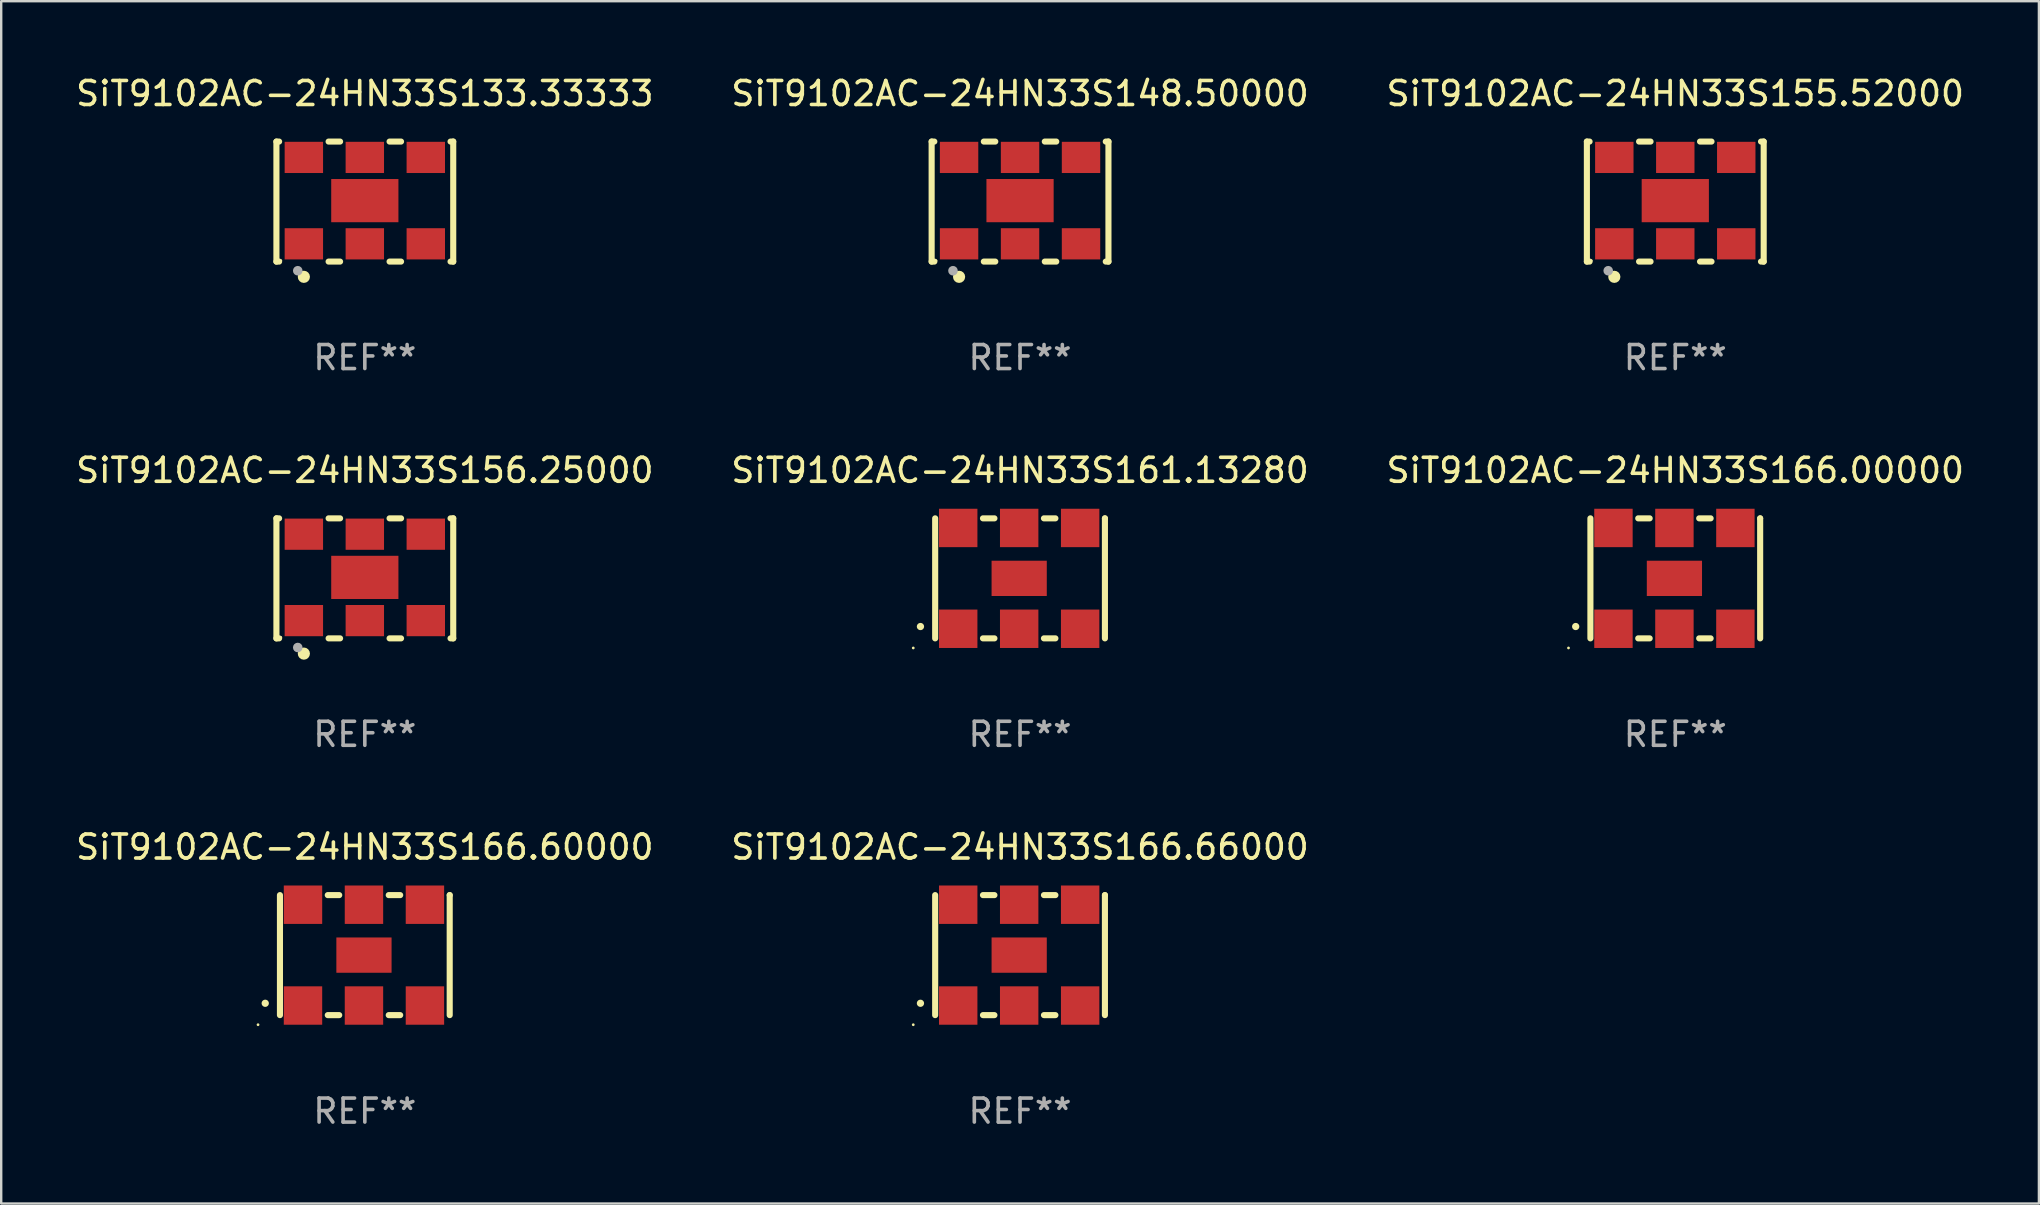
<source format=kicad_pcb>
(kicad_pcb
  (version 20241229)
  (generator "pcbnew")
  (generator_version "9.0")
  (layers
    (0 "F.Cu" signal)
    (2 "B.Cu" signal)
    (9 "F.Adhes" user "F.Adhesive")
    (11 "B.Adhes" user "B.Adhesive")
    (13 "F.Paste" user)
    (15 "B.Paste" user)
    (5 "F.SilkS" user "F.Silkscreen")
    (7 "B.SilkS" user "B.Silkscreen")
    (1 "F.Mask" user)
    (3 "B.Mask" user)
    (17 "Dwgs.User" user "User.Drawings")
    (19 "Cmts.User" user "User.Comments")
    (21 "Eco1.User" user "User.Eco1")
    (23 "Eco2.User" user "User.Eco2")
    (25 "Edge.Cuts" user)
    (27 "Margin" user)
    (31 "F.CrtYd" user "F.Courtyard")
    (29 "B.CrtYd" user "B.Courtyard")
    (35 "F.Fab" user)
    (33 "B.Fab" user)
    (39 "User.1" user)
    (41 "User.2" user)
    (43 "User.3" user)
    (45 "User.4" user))
  (footprint "SiT9102AC-24HN33S155.52000"
    (layer "F.Cu")
    (at 66.744 5.348)
    (property "Reference" "SiT9102AC-24HN33S155.52000" (at 0 -4.5 0) (layer "F.SilkS") (effects (font (size 1 1) (thickness 0.15))))
    (attr through_hole)
    (fp_line (start -3.683 -2.5) (end -3.571 -2.5) (stroke (width 0.254) (type solid)) (layer "F.SilkS"))
    (fp_line (start -3.683 2.5) (end -3.683 -2.5) (stroke (width 0.254) (type solid)) (layer "F.SilkS"))
    (fp_line (start -3.683 2.5) (end -3.571 2.5) (stroke (width 0.254) (type solid)) (layer "F.SilkS"))
    (fp_line (start -1.509 -2.5) (end -1.031 -2.5) (stroke (width 0.254) (type solid)) (layer "F.SilkS"))
    (fp_line (start -1.509 2.5) (end -1.031 2.5) (stroke (width 0.254) (type solid)) (layer "F.SilkS"))
    (fp_line (start 1.031 -2.5) (end 1.509 -2.5) (stroke (width 0.254) (type solid)) (layer "F.SilkS"))
    (fp_line (start 1.031 2.5) (end 1.509 2.5) (stroke (width 0.254) (type solid)) (layer "F.SilkS"))
    (fp_line (start 3.571 -2.5) (end 3.683 -2.5) (stroke (width 0.254) (type solid)) (layer "F.SilkS"))
    (fp_line (start 3.571 2.5) (end 3.683 2.5) (stroke (width 0.254) (type solid)) (layer "F.SilkS"))
    (fp_line (start 3.683 2.5) (end 3.683 -2.5) (stroke (width 0.254) (type solid)) (layer "F.SilkS"))
    (fp_circle (center -3.5 2.46) (end -3.47 2.46) (stroke (width 0.06) (type solid)) (fill no) (layer "F.SilkS"))
    (fp_circle (center -2.54 3.135) (end -2.413 3.135) (stroke (width 0.254) (type solid)) (fill no) (layer "F.SilkS"))
    (fp_circle (center -2.794 2.881) (end -2.694 2.881) (stroke (width 0.2) (type solid)) (fill no) (layer "F.Fab"))
    (fp_text user "REF**" (at 0 6.5 0) (layer "F.Fab") (effects (font (size 1 1) (thickness 0.15))))
    (pad "1" smd rect (at -2.54 1.76) (size 1.6 1.3) (layers "F.Cu" "F.Mask" "F.Paste"))
    (pad "2" smd rect (at 0 1.76) (size 1.6 1.3) (layers "F.Cu" "F.Mask" "F.Paste"))
    (pad "3" smd rect (at 2.54 1.76) (size 1.6 1.3) (layers "F.Cu" "F.Mask" "F.Paste"))
    (pad "4" smd rect (at 2.54 -1.84) (size 1.6 1.3) (layers "F.Cu" "F.Mask" "F.Paste"))
    (pad "5" smd rect (at 0 -1.84) (size 1.6 1.3) (layers "F.Cu" "F.Mask" "F.Paste"))
    (pad "6" smd rect (at -2.54 -1.84) (size 1.6 1.3) (layers "F.Cu" "F.Mask" "F.Paste"))
    (pad "7" smd rect (at 0 -0.04) (size 2.8 1.8) (layers "F.Cu" "F.Mask" "F.Paste")))
  (footprint "SiT9102AC-24HN33S133.33333"
    (layer "F.Cu")
    (at 12.149 5.348)
    (property "Reference" "SiT9102AC-24HN33S133.33333" (at 0 -4.5 0) (layer "F.SilkS") (effects (font (size 1 1) (thickness 0.15))))
    (attr through_hole)
    (fp_line (start -3.683 -2.5) (end -3.571 -2.5) (stroke (width 0.254) (type solid)) (layer "F.SilkS"))
    (fp_line (start -3.683 2.5) (end -3.683 -2.5) (stroke (width 0.254) (type solid)) (layer "F.SilkS"))
    (fp_line (start -3.683 2.5) (end -3.571 2.5) (stroke (width 0.254) (type solid)) (layer "F.SilkS"))
    (fp_line (start -1.509 -2.5) (end -1.031 -2.5) (stroke (width 0.254) (type solid)) (layer "F.SilkS"))
    (fp_line (start -1.509 2.5) (end -1.031 2.5) (stroke (width 0.254) (type solid)) (layer "F.SilkS"))
    (fp_line (start 1.031 -2.5) (end 1.509 -2.5) (stroke (width 0.254) (type solid)) (layer "F.SilkS"))
    (fp_line (start 1.031 2.5) (end 1.509 2.5) (stroke (width 0.254) (type solid)) (layer "F.SilkS"))
    (fp_line (start 3.571 -2.5) (end 3.683 -2.5) (stroke (width 0.254) (type solid)) (layer "F.SilkS"))
    (fp_line (start 3.571 2.5) (end 3.683 2.5) (stroke (width 0.254) (type solid)) (layer "F.SilkS"))
    (fp_line (start 3.683 2.5) (end 3.683 -2.5) (stroke (width 0.254) (type solid)) (layer "F.SilkS"))
    (fp_circle (center -3.5 2.46) (end -3.47 2.46) (stroke (width 0.06) (type solid)) (fill no) (layer "F.SilkS"))
    (fp_circle (center -2.54 3.135) (end -2.413 3.135) (stroke (width 0.254) (type solid)) (fill no) (layer "F.SilkS"))
    (fp_circle (center -2.794 2.881) (end -2.694 2.881) (stroke (width 0.2) (type solid)) (fill no) (layer "F.Fab"))
    (fp_text user "REF**" (at 0 6.5 0) (layer "F.Fab") (effects (font (size 1 1) (thickness 0.15))))
    (pad "1" smd rect (at -2.54 1.76) (size 1.6 1.3) (layers "F.Cu" "F.Mask" "F.Paste"))
    (pad "2" smd rect (at 0 1.76) (size 1.6 1.3) (layers "F.Cu" "F.Mask" "F.Paste"))
    (pad "3" smd rect (at 2.54 1.76) (size 1.6 1.3) (layers "F.Cu" "F.Mask" "F.Paste"))
    (pad "4" smd rect (at 2.54 -1.84) (size 1.6 1.3) (layers "F.Cu" "F.Mask" "F.Paste"))
    (pad "5" smd rect (at 0 -1.84) (size 1.6 1.3) (layers "F.Cu" "F.Mask" "F.Paste"))
    (pad "6" smd rect (at -2.54 -1.84) (size 1.6 1.3) (layers "F.Cu" "F.Mask" "F.Paste"))
    (pad "7" smd rect (at 0 -0.04) (size 2.8 1.8) (layers "F.Cu" "F.Mask" "F.Paste")))
  (footprint "SiT9102AC-24HN33S161.13280"
    (layer "F.Cu")
    (at 39.446 21.045)
    (property "Reference" "SiT9102AC-24HN33S161.13280" (at 0 -4.5 0) (layer "F.SilkS") (effects (font (size 1 1) (thickness 0.15))))
    (attr through_hole)
    (fp_line (start -3.536 -2.5) (end -3.536 2.5) (stroke (width 0.254) (type solid)) (layer "F.SilkS"))
    (fp_line (start -1.544 2.5) (end -1.067 2.5) (stroke (width 0.254) (type solid)) (layer "F.SilkS"))
    (fp_line (start -1.067 -2.5) (end -1.544 -2.5) (stroke (width 0.254) (type solid)) (layer "F.SilkS"))
    (fp_line (start 0.996 2.5) (end 1.473 2.5) (stroke (width 0.254) (type solid)) (layer "F.SilkS"))
    (fp_line (start 1.473 -2.5) (end 0.996 -2.5) (stroke (width 0.254) (type solid)) (layer "F.SilkS"))
    (fp_line (start 3.536 -2.5) (end 3.536 -2.5) (stroke (width 0.254) (type solid)) (layer "F.SilkS"))
    (fp_line (start 3.536 2.5) (end 3.536 -2.5) (stroke (width 0.254) (type solid)) (layer "F.SilkS"))
    (fp_arc (start -4.150432 2.006604) (mid -4.149162 2.006599) (end -4.147892 2.006604) (stroke (width 0.3) (type solid)) (layer "F.SilkS"))
    (fp_circle (center -4.449 2.9) (end -4.419 2.9) (stroke (width 0.06) (type solid)) (fill no) (layer "F.SilkS"))
    (fp_text user "REF**" (at 0 6.5 0) (layer "F.Fab") (effects (font (size 1 1) (thickness 0.15))))
    (pad "1" smd rect (at -2.576 2.1) (size 1.6 1.6) (layers "F.Cu" "F.Mask" "F.Paste"))
    (pad "2" smd rect (at -0.036 2.1) (size 1.6 1.6) (layers "F.Cu" "F.Mask" "F.Paste"))
    (pad "3" smd rect (at 2.504 2.1) (size 1.6 1.6) (layers "F.Cu" "F.Mask" "F.Paste"))
    (pad "4" smd rect (at 2.504 -2.1) (size 1.6 1.6) (layers "F.Cu" "F.Mask" "F.Paste"))
    (pad "5" smd rect (at -0.036 -2.1) (size 1.6 1.6) (layers "F.Cu" "F.Mask" "F.Paste"))
    (pad "6" smd rect (at -2.576 -2.1) (size 1.6 1.6) (layers "F.Cu" "F.Mask" "F.Paste"))
    (pad "7" smd rect (at -0.036 0) (size 2.3 1.47) (layers "F.Cu" "F.Mask" "F.Paste")))
  (footprint "SiT9102AC-24HN33S166.66000"
    (layer "F.Cu")
    (at 39.446 36.741)
    (property "Reference" "SiT9102AC-24HN33S166.66000" (at 0 -4.5 0) (layer "F.SilkS") (effects (font (size 1 1) (thickness 0.15))))
    (attr through_hole)
    (fp_line (start -3.536 -2.5) (end -3.536 2.5) (stroke (width 0.254) (type solid)) (layer "F.SilkS"))
    (fp_line (start -1.544 2.5) (end -1.067 2.5) (stroke (width 0.254) (type solid)) (layer "F.SilkS"))
    (fp_line (start -1.067 -2.5) (end -1.544 -2.5) (stroke (width 0.254) (type solid)) (layer "F.SilkS"))
    (fp_line (start 0.996 2.5) (end 1.473 2.5) (stroke (width 0.254) (type solid)) (layer "F.SilkS"))
    (fp_line (start 1.473 -2.5) (end 0.996 -2.5) (stroke (width 0.254) (type solid)) (layer "F.SilkS"))
    (fp_line (start 3.536 -2.5) (end 3.536 -2.5) (stroke (width 0.254) (type solid)) (layer "F.SilkS"))
    (fp_line (start 3.536 2.5) (end 3.536 -2.5) (stroke (width 0.254) (type solid)) (layer "F.SilkS"))
    (fp_arc (start -4.150432 2.006604) (mid -4.149162 2.006599) (end -4.147892 2.006604) (stroke (width 0.3) (type solid)) (layer "F.SilkS"))
    (fp_circle (center -4.449 2.9) (end -4.419 2.9) (stroke (width 0.06) (type solid)) (fill no) (layer "F.SilkS"))
    (fp_text user "REF**" (at 0 6.5 0) (layer "F.Fab") (effects (font (size 1 1) (thickness 0.15))))
    (pad "1" smd rect (at -2.576 2.1) (size 1.6 1.6) (layers "F.Cu" "F.Mask" "F.Paste"))
    (pad "2" smd rect (at -0.036 2.1) (size 1.6 1.6) (layers "F.Cu" "F.Mask" "F.Paste"))
    (pad "3" smd rect (at 2.504 2.1) (size 1.6 1.6) (layers "F.Cu" "F.Mask" "F.Paste"))
    (pad "4" smd rect (at 2.504 -2.1) (size 1.6 1.6) (layers "F.Cu" "F.Mask" "F.Paste"))
    (pad "5" smd rect (at -0.036 -2.1) (size 1.6 1.6) (layers "F.Cu" "F.Mask" "F.Paste"))
    (pad "6" smd rect (at -2.576 -2.1) (size 1.6 1.6) (layers "F.Cu" "F.Mask" "F.Paste"))
    (pad "7" smd rect (at -0.036 0) (size 2.3 1.47) (layers "F.Cu" "F.Mask" "F.Paste")))
  (footprint "SiT9102AC-24HN33S148.50000"
    (layer "F.Cu")
    (at 39.446 5.348)
    (property "Reference" "SiT9102AC-24HN33S148.50000" (at 0 -4.5 0) (layer "F.SilkS") (effects (font (size 1 1) (thickness 0.15))))
    (attr through_hole)
    (fp_line (start -3.683 -2.5) (end -3.571 -2.5) (stroke (width 0.254) (type solid)) (layer "F.SilkS"))
    (fp_line (start -3.683 2.5) (end -3.683 -2.5) (stroke (width 0.254) (type solid)) (layer "F.SilkS"))
    (fp_line (start -3.683 2.5) (end -3.571 2.5) (stroke (width 0.254) (type solid)) (layer "F.SilkS"))
    (fp_line (start -1.509 -2.5) (end -1.031 -2.5) (stroke (width 0.254) (type solid)) (layer "F.SilkS"))
    (fp_line (start -1.509 2.5) (end -1.031 2.5) (stroke (width 0.254) (type solid)) (layer "F.SilkS"))
    (fp_line (start 1.031 -2.5) (end 1.509 -2.5) (stroke (width 0.254) (type solid)) (layer "F.SilkS"))
    (fp_line (start 1.031 2.5) (end 1.509 2.5) (stroke (width 0.254) (type solid)) (layer "F.SilkS"))
    (fp_line (start 3.571 -2.5) (end 3.683 -2.5) (stroke (width 0.254) (type solid)) (layer "F.SilkS"))
    (fp_line (start 3.571 2.5) (end 3.683 2.5) (stroke (width 0.254) (type solid)) (layer "F.SilkS"))
    (fp_line (start 3.683 2.5) (end 3.683 -2.5) (stroke (width 0.254) (type solid)) (layer "F.SilkS"))
    (fp_circle (center -3.5 2.46) (end -3.47 2.46) (stroke (width 0.06) (type solid)) (fill no) (layer "F.SilkS"))
    (fp_circle (center -2.54 3.135) (end -2.413 3.135) (stroke (width 0.254) (type solid)) (fill no) (layer "F.SilkS"))
    (fp_circle (center -2.794 2.881) (end -2.694 2.881) (stroke (width 0.2) (type solid)) (fill no) (layer "F.Fab"))
    (fp_text user "REF**" (at 0 6.5 0) (layer "F.Fab") (effects (font (size 1 1) (thickness 0.15))))
    (pad "1" smd rect (at -2.54 1.76) (size 1.6 1.3) (layers "F.Cu" "F.Mask" "F.Paste"))
    (pad "2" smd rect (at 0 1.76) (size 1.6 1.3) (layers "F.Cu" "F.Mask" "F.Paste"))
    (pad "3" smd rect (at 2.54 1.76) (size 1.6 1.3) (layers "F.Cu" "F.Mask" "F.Paste"))
    (pad "4" smd rect (at 2.54 -1.84) (size 1.6 1.3) (layers "F.Cu" "F.Mask" "F.Paste"))
    (pad "5" smd rect (at 0 -1.84) (size 1.6 1.3) (layers "F.Cu" "F.Mask" "F.Paste"))
    (pad "6" smd rect (at -2.54 -1.84) (size 1.6 1.3) (layers "F.Cu" "F.Mask" "F.Paste"))
    (pad "7" smd rect (at 0 -0.04) (size 2.8 1.8) (layers "F.Cu" "F.Mask" "F.Paste")))
  (footprint "SiT9102AC-24HN33S156.25000"
    (layer "F.Cu")
    (at 12.149 21.045)
    (property "Reference" "SiT9102AC-24HN33S156.25000" (at 0 -4.5 0) (layer "F.SilkS") (effects (font (size 1 1) (thickness 0.15))))
    (attr through_hole)
    (fp_line (start -3.683 -2.5) (end -3.571 -2.5) (stroke (width 0.254) (type solid)) (layer "F.SilkS"))
    (fp_line (start -3.683 2.5) (end -3.683 -2.5) (stroke (width 0.254) (type solid)) (layer "F.SilkS"))
    (fp_line (start -3.683 2.5) (end -3.571 2.5) (stroke (width 0.254) (type solid)) (layer "F.SilkS"))
    (fp_line (start -1.509 -2.5) (end -1.031 -2.5) (stroke (width 0.254) (type solid)) (layer "F.SilkS"))
    (fp_line (start -1.509 2.5) (end -1.031 2.5) (stroke (width 0.254) (type solid)) (layer "F.SilkS"))
    (fp_line (start 1.031 -2.5) (end 1.509 -2.5) (stroke (width 0.254) (type solid)) (layer "F.SilkS"))
    (fp_line (start 1.031 2.5) (end 1.509 2.5) (stroke (width 0.254) (type solid)) (layer "F.SilkS"))
    (fp_line (start 3.571 -2.5) (end 3.683 -2.5) (stroke (width 0.254) (type solid)) (layer "F.SilkS"))
    (fp_line (start 3.571 2.5) (end 3.683 2.5) (stroke (width 0.254) (type solid)) (layer "F.SilkS"))
    (fp_line (start 3.683 2.5) (end 3.683 -2.5) (stroke (width 0.254) (type solid)) (layer "F.SilkS"))
    (fp_circle (center -3.5 2.46) (end -3.47 2.46) (stroke (width 0.06) (type solid)) (fill no) (layer "F.SilkS"))
    (fp_circle (center -2.54 3.135) (end -2.413 3.135) (stroke (width 0.254) (type solid)) (fill no) (layer "F.SilkS"))
    (fp_circle (center -2.794 2.881) (end -2.694 2.881) (stroke (width 0.2) (type solid)) (fill no) (layer "F.Fab"))
    (fp_text user "REF**" (at 0 6.5 0) (layer "F.Fab") (effects (font (size 1 1) (thickness 0.15))))
    (pad "1" smd rect (at -2.54 1.76) (size 1.6 1.3) (layers "F.Cu" "F.Mask" "F.Paste"))
    (pad "2" smd rect (at 0 1.76) (size 1.6 1.3) (layers "F.Cu" "F.Mask" "F.Paste"))
    (pad "3" smd rect (at 2.54 1.76) (size 1.6 1.3) (layers "F.Cu" "F.Mask" "F.Paste"))
    (pad "4" smd rect (at 2.54 -1.84) (size 1.6 1.3) (layers "F.Cu" "F.Mask" "F.Paste"))
    (pad "5" smd rect (at 0 -1.84) (size 1.6 1.3) (layers "F.Cu" "F.Mask" "F.Paste"))
    (pad "6" smd rect (at -2.54 -1.84) (size 1.6 1.3) (layers "F.Cu" "F.Mask" "F.Paste"))
    (pad "7" smd rect (at 0 -0.04) (size 2.8 1.8) (layers "F.Cu" "F.Mask" "F.Paste")))
  (footprint "SiT9102AC-24HN33S166.60000"
    (layer "F.Cu")
    (at 12.149 36.741)
    (property "Reference" "SiT9102AC-24HN33S166.60000" (at 0 -4.5 0) (layer "F.SilkS") (effects (font (size 1 1) (thickness 0.15))))
    (attr through_hole)
    (fp_line (start -3.536 -2.5) (end -3.536 2.5) (stroke (width 0.254) (type solid)) (layer "F.SilkS"))
    (fp_line (start -1.544 2.5) (end -1.067 2.5) (stroke (width 0.254) (type solid)) (layer "F.SilkS"))
    (fp_line (start -1.067 -2.5) (end -1.544 -2.5) (stroke (width 0.254) (type solid)) (layer "F.SilkS"))
    (fp_line (start 0.996 2.5) (end 1.473 2.5) (stroke (width 0.254) (type solid)) (layer "F.SilkS"))
    (fp_line (start 1.473 -2.5) (end 0.996 -2.5) (stroke (width 0.254) (type solid)) (layer "F.SilkS"))
    (fp_line (start 3.536 -2.5) (end 3.536 -2.5) (stroke (width 0.254) (type solid)) (layer "F.SilkS"))
    (fp_line (start 3.536 2.5) (end 3.536 -2.5) (stroke (width 0.254) (type solid)) (layer "F.SilkS"))
    (fp_arc (start -4.150432 2.006604) (mid -4.149162 2.006599) (end -4.147892 2.006604) (stroke (width 0.3) (type solid)) (layer "F.SilkS"))
    (fp_circle (center -4.449 2.9) (end -4.419 2.9) (stroke (width 0.06) (type solid)) (fill no) (layer "F.SilkS"))
    (fp_text user "REF**" (at 0 6.5 0) (layer "F.Fab") (effects (font (size 1 1) (thickness 0.15))))
    (pad "1" smd rect (at -2.576 2.1) (size 1.6 1.6) (layers "F.Cu" "F.Mask" "F.Paste"))
    (pad "2" smd rect (at -0.036 2.1) (size 1.6 1.6) (layers "F.Cu" "F.Mask" "F.Paste"))
    (pad "3" smd rect (at 2.504 2.1) (size 1.6 1.6) (layers "F.Cu" "F.Mask" "F.Paste"))
    (pad "4" smd rect (at 2.504 -2.1) (size 1.6 1.6) (layers "F.Cu" "F.Mask" "F.Paste"))
    (pad "5" smd rect (at -0.036 -2.1) (size 1.6 1.6) (layers "F.Cu" "F.Mask" "F.Paste"))
    (pad "6" smd rect (at -2.576 -2.1) (size 1.6 1.6) (layers "F.Cu" "F.Mask" "F.Paste"))
    (pad "7" smd rect (at -0.036 0) (size 2.3 1.47) (layers "F.Cu" "F.Mask" "F.Paste")))
  (footprint "SiT9102AC-24HN33S166.00000"
    (layer "F.Cu")
    (at 66.744 21.045)
    (property "Reference" "SiT9102AC-24HN33S166.00000" (at 0 -4.5 0) (layer "F.SilkS") (effects (font (size 1 1) (thickness 0.15))))
    (attr through_hole)
    (fp_line (start -3.536 -2.5) (end -3.536 2.5) (stroke (width 0.254) (type solid)) (layer "F.SilkS"))
    (fp_line (start -1.544 2.5) (end -1.067 2.5) (stroke (width 0.254) (type solid)) (layer "F.SilkS"))
    (fp_line (start -1.067 -2.5) (end -1.544 -2.5) (stroke (width 0.254) (type solid)) (layer "F.SilkS"))
    (fp_line (start 0.996 2.5) (end 1.473 2.5) (stroke (width 0.254) (type solid)) (layer "F.SilkS"))
    (fp_line (start 1.473 -2.5) (end 0.996 -2.5) (stroke (width 0.254) (type solid)) (layer "F.SilkS"))
    (fp_line (start 3.536 -2.5) (end 3.536 -2.5) (stroke (width 0.254) (type solid)) (layer "F.SilkS"))
    (fp_line (start 3.536 2.5) (end 3.536 -2.5) (stroke (width 0.254) (type solid)) (layer "F.SilkS"))
    (fp_arc (start -4.150432 2.006604) (mid -4.149162 2.006599) (end -4.147892 2.006604) (stroke (width 0.3) (type solid)) (layer "F.SilkS"))
    (fp_circle (center -4.449 2.9) (end -4.419 2.9) (stroke (width 0.06) (type solid)) (fill no) (layer "F.SilkS"))
    (fp_text user "REF**" (at 0 6.5 0) (layer "F.Fab") (effects (font (size 1 1) (thickness 0.15))))
    (pad "1" smd rect (at -2.576 2.1) (size 1.6 1.6) (layers "F.Cu" "F.Mask" "F.Paste"))
    (pad "2" smd rect (at -0.036 2.1) (size 1.6 1.6) (layers "F.Cu" "F.Mask" "F.Paste"))
    (pad "3" smd rect (at 2.504 2.1) (size 1.6 1.6) (layers "F.Cu" "F.Mask" "F.Paste"))
    (pad "4" smd rect (at 2.504 -2.1) (size 1.6 1.6) (layers "F.Cu" "F.Mask" "F.Paste"))
    (pad "5" smd rect (at -0.036 -2.1) (size 1.6 1.6) (layers "F.Cu" "F.Mask" "F.Paste"))
    (pad "6" smd rect (at -2.576 -2.1) (size 1.6 1.6) (layers "F.Cu" "F.Mask" "F.Paste"))
    (pad "7" smd rect (at -0.036 0) (size 2.3 1.47) (layers "F.Cu" "F.Mask" "F.Paste")))
  (gr_rect
    (start -3 -3)
    (end 81.893 47.09)
    (stroke (width 0.1) (type default))
    (fill no)
    (layer "Edge.Cuts")))
</source>
